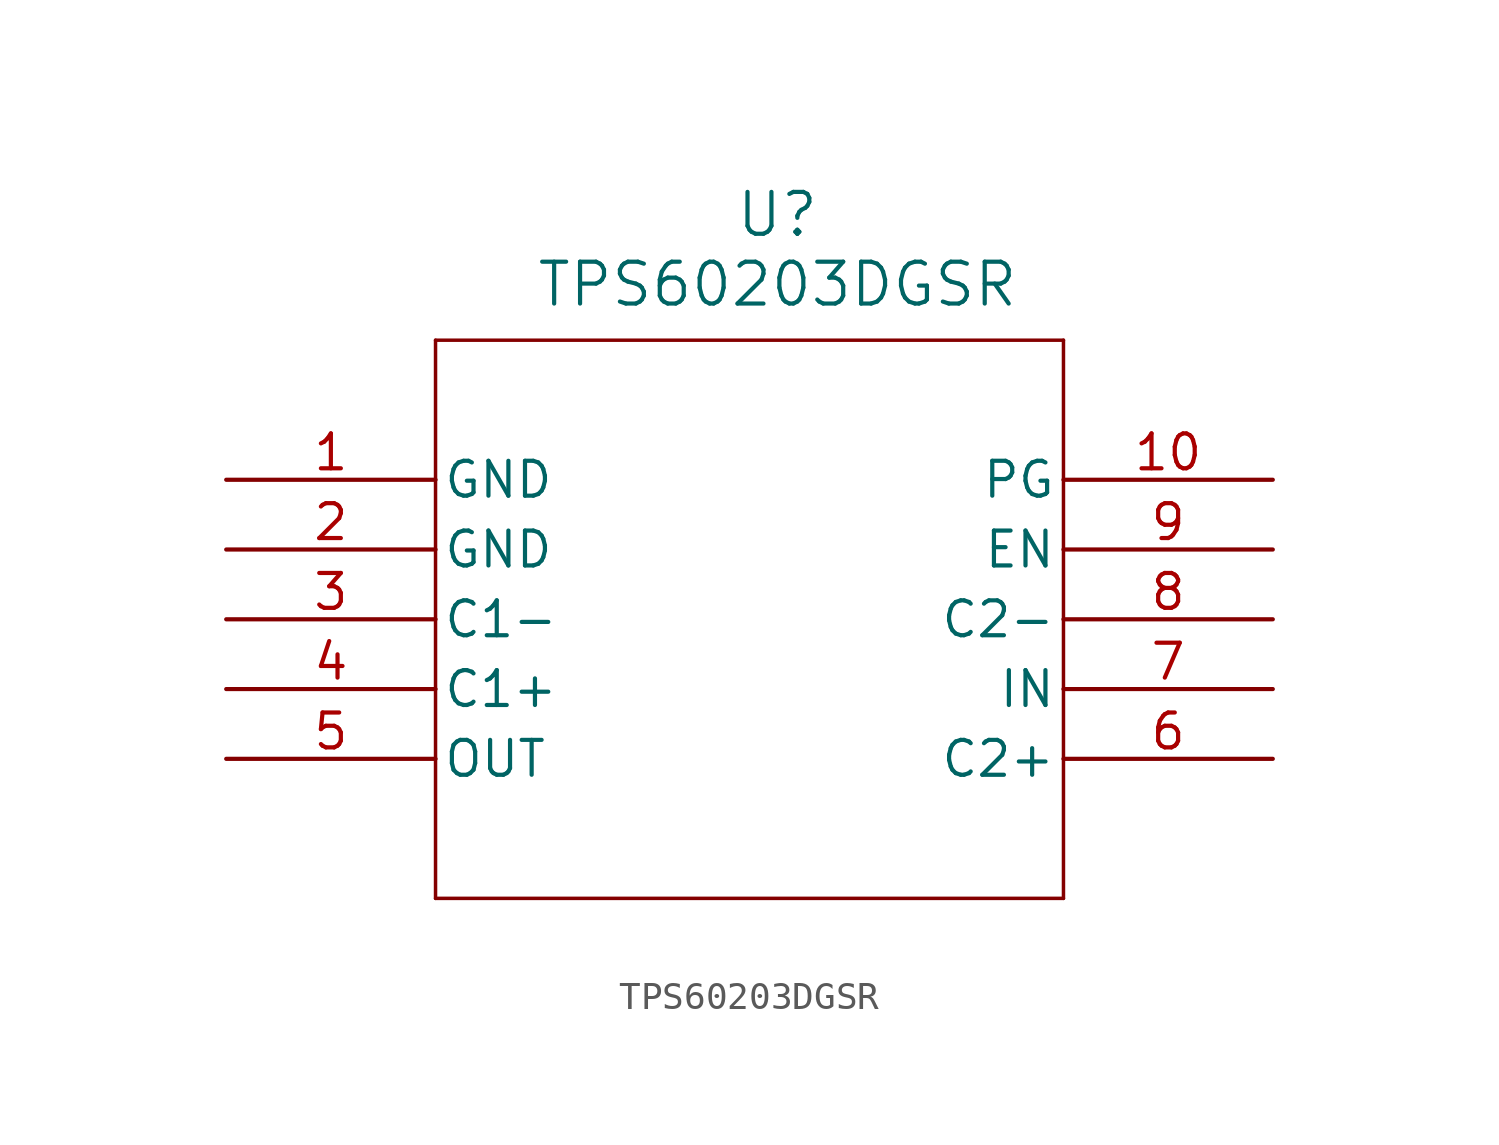
<source format=kicad_sym>
(kicad_symbol_lib
  (version 20231120)
  (generator "kicad_symbol_editor")
  (generator_version "8.0")
  (symbol "TPS60203DGSR"
    (pin_names
      (offset 0.254))
    (property "Reference" "U"
      (at 20.066 9.652 0)
      (effects (font (size 1.524 1.524))))
    (property "Value" "TPS60203DGSR"
      (at 20.066 7.112 0)
      (effects (font (size 1.524 1.524))))
    (symbol "TPS60203DGSR_0_1"
      (polyline (pts (xy 7.62 -15.24) (xy 30.48 -15.24)) (stroke (width 0.127) (type default)) (fill (type none)))
      (polyline (pts (xy 7.62 5.08) (xy 7.62 -15.24)) (stroke (width 0.127) (type default)) (fill (type none)))
      (polyline (pts (xy 30.48 -15.24) (xy 30.48 5.08)) (stroke (width 0.127) (type default)) (fill (type none)))
      (polyline (pts (xy 30.48 5.08) (xy 7.62 5.08)) (stroke (width 0.127) (type default)) (fill (type none)))
      (pin power_in line (at 0 0 0) (length 7.62) (name "GND" (effects (font (size 1.27 1.27)))) (number "1" (effects (font (size 1.27 1.27)))))
      (pin output line (at 38.1 0 180) (length 7.62) (name "PG" (effects (font (size 1.27 1.27)))) (number "10" (effects (font (size 1.27 1.27)))))
      (pin power_in line (at 0 -2.54 0) (length 7.62) (name "GND" (effects (font (size 1.27 1.27)))) (number "2" (effects (font (size 1.27 1.27)))))
      (pin unspecified line (at 0 -5.08 0) (length 7.62) (name "C1-" (effects (font (size 1.27 1.27)))) (number "3" (effects (font (size 1.27 1.27)))))
      (pin unspecified line (at 0 -7.62 0) (length 7.62) (name "C1+" (effects (font (size 1.27 1.27)))) (number "4" (effects (font (size 1.27 1.27)))))
      (pin output line (at 0 -10.16 0) (length 7.62) (name "OUT" (effects (font (size 1.27 1.27)))) (number "5" (effects (font (size 1.27 1.27)))))
      (pin unspecified line (at 38.1 -10.16 180) (length 7.62) (name "C2+" (effects (font (size 1.27 1.27)))) (number "6" (effects (font (size 1.27 1.27)))))
      (pin input line (at 38.1 -7.62 180) (length 7.62) (name "IN" (effects (font (size 1.27 1.27)))) (number "7" (effects (font (size 1.27 1.27)))))
      (pin unspecified line (at 38.1 -5.08 180) (length 7.62) (name "C2-" (effects (font (size 1.27 1.27)))) (number "8" (effects (font (size 1.27 1.27)))))
      (pin input line (at 38.1 -2.54 180) (length 7.62) (name "EN" (effects (font (size 1.27 1.27)))) (number "9" (effects (font (size 1.27 1.27))))))))
</source>
